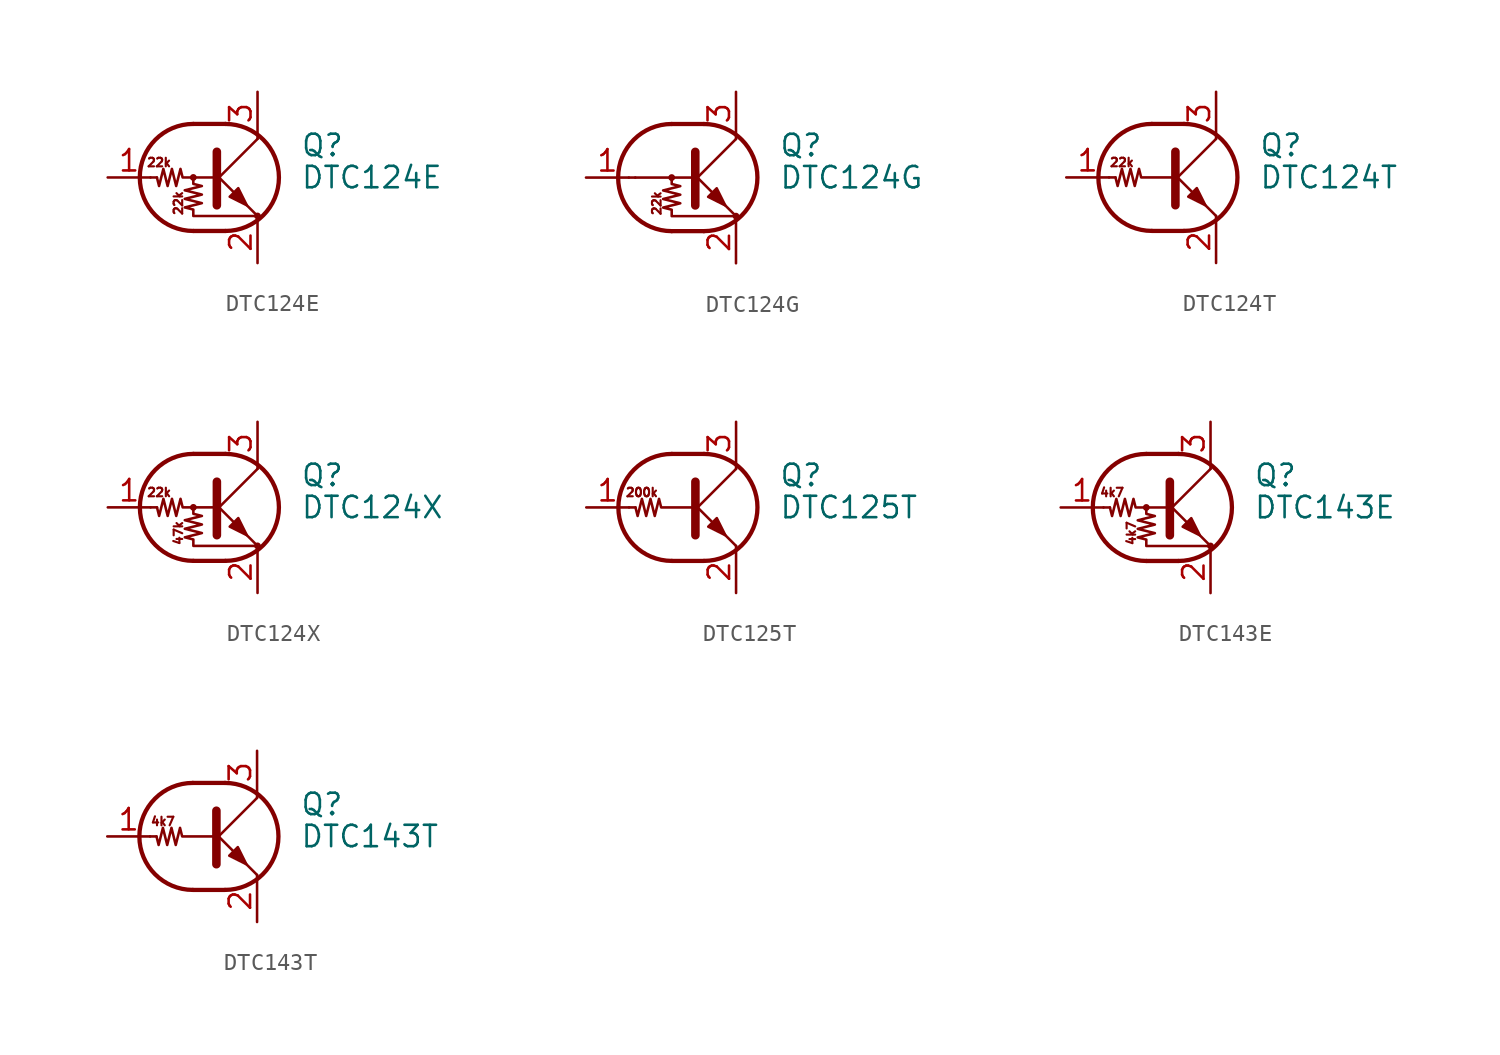
<source format=kicad_sym>
(kicad_symbol_lib
  (version 20220914)
  (generator kicad_symbol_editor)
  (symbol "DTC124E"
    (pin_names
      (offset 0) hide)
    (property "Reference" "Q"
      (at 5.08 1.905 0)
      (effects (font (size 1.27 1.27)) (justify left)))
    (property "Value" "DTC124E"
      (at 5.08 0 0)
      (effects (font (size 1.27 1.27)) (justify left)))
    (symbol "DTC124E_0_0"
      (text "22k" (at -3.302 0.889 0) (effects (font (size 0.508 0.508))))
      (text "22k" (at -2.159 -1.524 900) (effects (font (size 0.508 0.508)))))
    (symbol "DTC124E_0_1"
      (circle (center -1.27 0) (radius 0.127) (stroke (width 0) (type solid)) (fill (type none)))
      (arc (start -1.27 3.175) (mid -4.4312 0) (end -1.27 -3.175) (stroke (width 0.254) (type solid)) (fill (type none)))
      (polyline (pts (xy -3.429 0) (xy -3.81 0)) (stroke (width 0) (type solid)) (fill (type none)))
      (polyline (pts (xy -1.27 -3.175) (xy 0.635 -3.175)) (stroke (width 0.254) (type solid)) (fill (type none)))
      (polyline (pts (xy -1.27 3.175) (xy 0.635 3.175)) (stroke (width 0.254) (type solid)) (fill (type none)))
      (polyline (pts (xy 0 -0.254) (xy 2.54 2.286)) (stroke (width 0) (type solid)) (fill (type none)))
      (polyline (pts (xy 0.127 1.524) (xy 0.127 -1.651)) (stroke (width 0.508) (type solid)) (fill (type outline)))
      (polyline (pts (xy 2.54 2.286) (xy 2.54 2.54)) (stroke (width 0) (type solid)) (fill (type none)))
      (polyline (pts (xy 2.54 -2.286) (xy 0 0.254) (xy 0 0.254)) (stroke (width 0) (type solid)) (fill (type none)))
      (polyline (pts (xy 0.889 -1.143) (xy 1.397 -0.635) (xy 1.905 -1.651) (xy 0.889 -1.143)) (stroke (width 0) (type solid)) (fill (type outline)))
      (polyline (pts (xy 0 0) (xy -1.905 0) (xy -2.032 0.508) (xy -2.286 -0.508) (xy -2.54 0.508) (xy -2.794 -0.508) (xy -3.048 0.508) (xy -3.302 -0.508) (xy -3.429 0)) (stroke (width 0) (type solid)) (fill (type none)))
      (polyline (pts (xy -1.27 0) (xy -1.27 -0.381) (xy -0.762 -0.508) (xy -1.778 -0.762) (xy -0.762 -1.016) (xy -1.778 -1.27) (xy -0.762 -1.524) (xy -1.778 -1.778) (xy -1.27 -1.905) (xy -1.27 -2.286) (xy 2.54 -2.286)) (stroke (width 0) (type solid)) (fill (type none)))
      (arc (start 0.635 -3.175) (mid 3.7962 0) (end 0.635 3.175) (stroke (width 0.254) (type solid)) (fill (type none)))
      (circle (center 2.54 -2.286) (radius 0.127) (stroke (width 0) (type solid)) (fill (type none))))
    (symbol "DTC124E_1_1"
      (pin input line (at -6.35 0 0) (length 2.54) (name "B" (effects (font (size 1.27 1.27)))) (number "1" (effects (font (size 1.27 1.27)))))
      (pin passive line (at 2.54 -5.08 90) (length 2.54) (name "E" (effects (font (size 1.27 1.27)))) (number "2" (effects (font (size 1.27 1.27)))))
      (pin passive line (at 2.54 5.08 270) (length 2.54) (name "C" (effects (font (size 1.27 1.27)))) (number "3" (effects (font (size 1.27 1.27)))))))
  (symbol "DTC124G"
    (pin_names
      (offset 0) hide)
    (property "Reference" "Q"
      (at 5.08 1.905 0)
      (effects (font (size 1.27 1.27)) (justify left)))
    (property "Value" "DTC124G"
      (at 5.08 0 0)
      (effects (font (size 1.27 1.27)) (justify left)))
    (symbol "DTC124G_0_0"
      (polyline (pts (xy -3.429 0) (xy 0 0)) (stroke (width 0) (type solid)) (fill (type none)))
      (text "22k" (at -2.159 -1.524 900) (effects (font (size 0.508 0.508)))))
    (symbol "DTC124G_0_1"
      (circle (center -1.27 0) (radius 0.127) (stroke (width 0) (type solid)) (fill (type none)))
      (arc (start -1.27 3.175) (mid -4.4312 0) (end -1.27 -3.175) (stroke (width 0.254) (type solid)) (fill (type none)))
      (polyline (pts (xy -3.429 0) (xy -3.81 0)) (stroke (width 0) (type solid)) (fill (type none)))
      (polyline (pts (xy -1.27 -3.175) (xy 0.635 -3.175)) (stroke (width 0.254) (type solid)) (fill (type none)))
      (polyline (pts (xy -1.27 3.175) (xy 0.635 3.175)) (stroke (width 0.254) (type solid)) (fill (type none)))
      (polyline (pts (xy 0 -0.254) (xy 2.54 2.286)) (stroke (width 0) (type solid)) (fill (type none)))
      (polyline (pts (xy 0.127 1.524) (xy 0.127 -1.651)) (stroke (width 0.508) (type solid)) (fill (type outline)))
      (polyline (pts (xy 2.54 2.286) (xy 2.54 2.54)) (stroke (width 0) (type solid)) (fill (type none)))
      (polyline (pts (xy 2.54 -2.286) (xy 0 0.254) (xy 0 0.254)) (stroke (width 0) (type solid)) (fill (type none)))
      (polyline (pts (xy 0.889 -1.143) (xy 1.397 -0.635) (xy 1.905 -1.651) (xy 0.889 -1.143)) (stroke (width 0) (type solid)) (fill (type outline)))
      (polyline (pts (xy -1.27 0) (xy -1.27 -0.381) (xy -0.762 -0.508) (xy -1.778 -0.762) (xy -0.762 -1.016) (xy -1.778 -1.27) (xy -0.762 -1.524) (xy -1.778 -1.778) (xy -1.27 -1.905) (xy -1.27 -2.286) (xy 2.54 -2.286)) (stroke (width 0) (type solid)) (fill (type none)))
      (arc (start 0.635 -3.175) (mid 3.7962 0) (end 0.635 3.175) (stroke (width 0.254) (type solid)) (fill (type none)))
      (circle (center 2.54 -2.286) (radius 0.127) (stroke (width 0) (type solid)) (fill (type none))))
    (symbol "DTC124G_1_1"
      (pin input line (at -6.35 0 0) (length 2.54) (name "B" (effects (font (size 1.27 1.27)))) (number "1" (effects (font (size 1.27 1.27)))))
      (pin passive line (at 2.54 -5.08 90) (length 2.54) (name "E" (effects (font (size 1.27 1.27)))) (number "2" (effects (font (size 1.27 1.27)))))
      (pin passive line (at 2.54 5.08 270) (length 2.54) (name "C" (effects (font (size 1.27 1.27)))) (number "3" (effects (font (size 1.27 1.27)))))))
  (symbol "DTC124T"
    (pin_names
      (offset 0) hide)
    (property "Reference" "Q"
      (at 5.08 1.905 0)
      (effects (font (size 1.27 1.27)) (justify left)))
    (property "Value" "DTC124T"
      (at 5.08 0 0)
      (effects (font (size 1.27 1.27)) (justify left)))
    (symbol "DTC124T_0_0"
      (polyline (pts (xy 2.54 -2.286) (xy 2.54 -2.54)) (stroke (width 0) (type solid)) (fill (type none)))
      (text "22k" (at -3.048 0.889 0) (effects (font (size 0.508 0.508)))))
    (symbol "DTC124T_0_1"
      (arc (start -1.27 3.175) (mid -4.4312 0) (end -1.27 -3.175) (stroke (width 0.254) (type solid)) (fill (type none)))
      (polyline (pts (xy -3.429 0) (xy -3.81 0)) (stroke (width 0) (type solid)) (fill (type none)))
      (polyline (pts (xy -1.27 -3.175) (xy 0.635 -3.175)) (stroke (width 0.254) (type solid)) (fill (type none)))
      (polyline (pts (xy -1.27 3.175) (xy 0.635 3.175)) (stroke (width 0.254) (type solid)) (fill (type none)))
      (polyline (pts (xy 0 -0.254) (xy 2.54 2.286)) (stroke (width 0) (type solid)) (fill (type none)))
      (polyline (pts (xy 0.127 1.524) (xy 0.127 -1.651)) (stroke (width 0.508) (type solid)) (fill (type outline)))
      (polyline (pts (xy 2.54 2.286) (xy 2.54 2.54)) (stroke (width 0) (type solid)) (fill (type none)))
      (polyline (pts (xy 2.54 -2.286) (xy 0 0.254) (xy 0 0.254)) (stroke (width 0) (type solid)) (fill (type none)))
      (polyline (pts (xy 0.889 -1.143) (xy 1.397 -0.635) (xy 1.905 -1.651) (xy 0.889 -1.143)) (stroke (width 0) (type solid)) (fill (type outline)))
      (polyline (pts (xy 0 0) (xy -1.905 0) (xy -2.032 0.508) (xy -2.286 -0.508) (xy -2.54 0.508) (xy -2.794 -0.508) (xy -3.048 0.508) (xy -3.302 -0.508) (xy -3.429 0)) (stroke (width 0) (type solid)) (fill (type none)))
      (arc (start 0.635 -3.175) (mid 3.7962 0) (end 0.635 3.175) (stroke (width 0.254) (type solid)) (fill (type none))))
    (symbol "DTC124T_1_1"
      (pin input line (at -6.35 0 0) (length 2.54) (name "B" (effects (font (size 1.27 1.27)))) (number "1" (effects (font (size 1.27 1.27)))))
      (pin passive line (at 2.54 -5.08 90) (length 2.54) (name "E" (effects (font (size 1.27 1.27)))) (number "2" (effects (font (size 1.27 1.27)))))
      (pin passive line (at 2.54 5.08 270) (length 2.54) (name "C" (effects (font (size 1.27 1.27)))) (number "3" (effects (font (size 1.27 1.27)))))))
  (symbol "DTC124X"
    (pin_names
      (offset 0) hide)
    (property "Reference" "Q"
      (at 5.08 1.905 0)
      (effects (font (size 1.27 1.27)) (justify left)))
    (property "Value" "DTC124X"
      (at 5.08 0 0)
      (effects (font (size 1.27 1.27)) (justify left)))
    (symbol "DTC124X_0_0"
      (text "22k" (at -3.302 0.889 0) (effects (font (size 0.508 0.508))))
      (text "47k" (at -2.159 -1.524 900) (effects (font (size 0.508 0.508)))))
    (symbol "DTC124X_0_1"
      (circle (center -1.27 0) (radius 0.127) (stroke (width 0) (type solid)) (fill (type none)))
      (arc (start -1.27 3.175) (mid -4.4312 0) (end -1.27 -3.175) (stroke (width 0.254) (type solid)) (fill (type none)))
      (polyline (pts (xy -3.429 0) (xy -3.81 0)) (stroke (width 0) (type solid)) (fill (type none)))
      (polyline (pts (xy -1.27 -3.175) (xy 0.635 -3.175)) (stroke (width 0.254) (type solid)) (fill (type none)))
      (polyline (pts (xy -1.27 3.175) (xy 0.635 3.175)) (stroke (width 0.254) (type solid)) (fill (type none)))
      (polyline (pts (xy 0 -0.254) (xy 2.54 2.286)) (stroke (width 0) (type solid)) (fill (type none)))
      (polyline (pts (xy 0.127 1.524) (xy 0.127 -1.651)) (stroke (width 0.508) (type solid)) (fill (type outline)))
      (polyline (pts (xy 2.54 2.286) (xy 2.54 2.54)) (stroke (width 0) (type solid)) (fill (type none)))
      (polyline (pts (xy 2.54 -2.286) (xy 0 0.254) (xy 0 0.254)) (stroke (width 0) (type solid)) (fill (type none)))
      (polyline (pts (xy 0.889 -1.143) (xy 1.397 -0.635) (xy 1.905 -1.651) (xy 0.889 -1.143)) (stroke (width 0) (type solid)) (fill (type outline)))
      (polyline (pts (xy 0 0) (xy -1.905 0) (xy -2.032 0.508) (xy -2.286 -0.508) (xy -2.54 0.508) (xy -2.794 -0.508) (xy -3.048 0.508) (xy -3.302 -0.508) (xy -3.429 0)) (stroke (width 0) (type solid)) (fill (type none)))
      (polyline (pts (xy -1.27 0) (xy -1.27 -0.381) (xy -0.762 -0.508) (xy -1.778 -0.762) (xy -0.762 -1.016) (xy -1.778 -1.27) (xy -0.762 -1.524) (xy -1.778 -1.778) (xy -1.27 -1.905) (xy -1.27 -2.286) (xy 2.54 -2.286)) (stroke (width 0) (type solid)) (fill (type none)))
      (arc (start 0.635 -3.175) (mid 3.7962 0) (end 0.635 3.175) (stroke (width 0.254) (type solid)) (fill (type none)))
      (circle (center 2.54 -2.286) (radius 0.127) (stroke (width 0) (type solid)) (fill (type none))))
    (symbol "DTC124X_1_1"
      (pin input line (at -6.35 0 0) (length 2.54) (name "B" (effects (font (size 1.27 1.27)))) (number "1" (effects (font (size 1.27 1.27)))))
      (pin passive line (at 2.54 -5.08 90) (length 2.54) (name "E" (effects (font (size 1.27 1.27)))) (number "2" (effects (font (size 1.27 1.27)))))
      (pin passive line (at 2.54 5.08 270) (length 2.54) (name "C" (effects (font (size 1.27 1.27)))) (number "3" (effects (font (size 1.27 1.27)))))))
  (symbol "DTC125T"
    (pin_names
      (offset 0) hide)
    (property "Reference" "Q"
      (at 5.08 1.905 0)
      (effects (font (size 1.27 1.27)) (justify left)))
    (property "Value" "DTC125T"
      (at 5.08 0 0)
      (effects (font (size 1.27 1.27)) (justify left)))
    (symbol "DTC125T_0_0"
      (polyline (pts (xy 2.54 -2.286) (xy 2.54 -2.54)) (stroke (width 0) (type solid)) (fill (type none)))
      (text "200k" (at -3.048 0.889 0) (effects (font (size 0.508 0.508)))))
    (symbol "DTC125T_0_1"
      (arc (start -1.27 3.175) (mid -4.4312 0) (end -1.27 -3.175) (stroke (width 0.254) (type solid)) (fill (type none)))
      (polyline (pts (xy -3.429 0) (xy -3.81 0)) (stroke (width 0) (type solid)) (fill (type none)))
      (polyline (pts (xy -1.27 -3.175) (xy 0.635 -3.175)) (stroke (width 0.254) (type solid)) (fill (type none)))
      (polyline (pts (xy -1.27 3.175) (xy 0.635 3.175)) (stroke (width 0.254) (type solid)) (fill (type none)))
      (polyline (pts (xy 0 -0.254) (xy 2.54 2.286)) (stroke (width 0) (type solid)) (fill (type none)))
      (polyline (pts (xy 0.127 1.524) (xy 0.127 -1.651)) (stroke (width 0.508) (type solid)) (fill (type outline)))
      (polyline (pts (xy 2.54 2.286) (xy 2.54 2.54)) (stroke (width 0) (type solid)) (fill (type none)))
      (polyline (pts (xy 2.54 -2.286) (xy 0 0.254) (xy 0 0.254)) (stroke (width 0) (type solid)) (fill (type none)))
      (polyline (pts (xy 0.889 -1.143) (xy 1.397 -0.635) (xy 1.905 -1.651) (xy 0.889 -1.143)) (stroke (width 0) (type solid)) (fill (type outline)))
      (polyline (pts (xy 0 0) (xy -1.905 0) (xy -2.032 0.508) (xy -2.286 -0.508) (xy -2.54 0.508) (xy -2.794 -0.508) (xy -3.048 0.508) (xy -3.302 -0.508) (xy -3.429 0)) (stroke (width 0) (type solid)) (fill (type none)))
      (arc (start 0.635 -3.175) (mid 3.7962 0) (end 0.635 3.175) (stroke (width 0.254) (type solid)) (fill (type none))))
    (symbol "DTC125T_1_1"
      (pin input line (at -6.35 0 0) (length 2.54) (name "B" (effects (font (size 1.27 1.27)))) (number "1" (effects (font (size 1.27 1.27)))))
      (pin passive line (at 2.54 -5.08 90) (length 2.54) (name "E" (effects (font (size 1.27 1.27)))) (number "2" (effects (font (size 1.27 1.27)))))
      (pin passive line (at 2.54 5.08 270) (length 2.54) (name "C" (effects (font (size 1.27 1.27)))) (number "3" (effects (font (size 1.27 1.27)))))))
  (symbol "DTC143E"
    (pin_names
      (offset 0) hide)
    (property "Reference" "Q"
      (at 5.08 1.905 0)
      (effects (font (size 1.27 1.27)) (justify left)))
    (property "Value" "DTC143E"
      (at 5.08 0 0)
      (effects (font (size 1.27 1.27)) (justify left)))
    (symbol "DTC143E_0_0"
      (text "4k7" (at -3.302 0.889 0) (effects (font (size 0.508 0.508))))
      (text "4k7" (at -2.159 -1.524 900) (effects (font (size 0.508 0.508)))))
    (symbol "DTC143E_0_1"
      (circle (center -1.27 0) (radius 0.127) (stroke (width 0) (type solid)) (fill (type none)))
      (arc (start -1.27 3.175) (mid -4.4312 0) (end -1.27 -3.175) (stroke (width 0.254) (type solid)) (fill (type none)))
      (polyline (pts (xy -3.429 0) (xy -3.81 0)) (stroke (width 0) (type solid)) (fill (type none)))
      (polyline (pts (xy -1.27 -3.175) (xy 0.635 -3.175)) (stroke (width 0.254) (type solid)) (fill (type none)))
      (polyline (pts (xy -1.27 3.175) (xy 0.635 3.175)) (stroke (width 0.254) (type solid)) (fill (type none)))
      (polyline (pts (xy 0 -0.254) (xy 2.54 2.286)) (stroke (width 0) (type solid)) (fill (type none)))
      (polyline (pts (xy 0.127 1.524) (xy 0.127 -1.651)) (stroke (width 0.508) (type solid)) (fill (type outline)))
      (polyline (pts (xy 2.54 2.286) (xy 2.54 2.54)) (stroke (width 0) (type solid)) (fill (type none)))
      (polyline (pts (xy 2.54 -2.286) (xy 0 0.254) (xy 0 0.254)) (stroke (width 0) (type solid)) (fill (type none)))
      (polyline (pts (xy 0.889 -1.143) (xy 1.397 -0.635) (xy 1.905 -1.651) (xy 0.889 -1.143)) (stroke (width 0) (type solid)) (fill (type outline)))
      (polyline (pts (xy 0 0) (xy -1.905 0) (xy -2.032 0.508) (xy -2.286 -0.508) (xy -2.54 0.508) (xy -2.794 -0.508) (xy -3.048 0.508) (xy -3.302 -0.508) (xy -3.429 0)) (stroke (width 0) (type solid)) (fill (type none)))
      (polyline (pts (xy -1.27 0) (xy -1.27 -0.381) (xy -0.762 -0.508) (xy -1.778 -0.762) (xy -0.762 -1.016) (xy -1.778 -1.27) (xy -0.762 -1.524) (xy -1.778 -1.778) (xy -1.27 -1.905) (xy -1.27 -2.286) (xy 2.54 -2.286)) (stroke (width 0) (type solid)) (fill (type none)))
      (arc (start 0.635 -3.175) (mid 3.7962 0) (end 0.635 3.175) (stroke (width 0.254) (type solid)) (fill (type none)))
      (circle (center 2.54 -2.286) (radius 0.127) (stroke (width 0) (type solid)) (fill (type none))))
    (symbol "DTC143E_1_1"
      (pin input line (at -6.35 0 0) (length 2.54) (name "B" (effects (font (size 1.27 1.27)))) (number "1" (effects (font (size 1.27 1.27)))))
      (pin passive line (at 2.54 -5.08 90) (length 2.54) (name "E" (effects (font (size 1.27 1.27)))) (number "2" (effects (font (size 1.27 1.27)))))
      (pin passive line (at 2.54 5.08 270) (length 2.54) (name "C" (effects (font (size 1.27 1.27)))) (number "3" (effects (font (size 1.27 1.27)))))))
  (symbol "DTC143T"
    (pin_names
      (offset 0) hide)
    (property "Reference" "Q"
      (at 5.08 1.905 0)
      (effects (font (size 1.27 1.27)) (justify left)))
    (property "Value" "DTC143T"
      (at 5.08 0 0)
      (effects (font (size 1.27 1.27)) (justify left)))
    (symbol "DTC143T_0_0"
      (polyline (pts (xy 2.54 -2.286) (xy 2.54 -2.54)) (stroke (width 0) (type solid)) (fill (type none)))
      (text "4k7" (at -3.048 0.889 0) (effects (font (size 0.508 0.508)))))
    (symbol "DTC143T_0_1"
      (arc (start -1.27 3.175) (mid -4.4312 0) (end -1.27 -3.175) (stroke (width 0.254) (type solid)) (fill (type none)))
      (polyline (pts (xy -3.429 0) (xy -3.81 0)) (stroke (width 0) (type solid)) (fill (type none)))
      (polyline (pts (xy -1.27 -3.175) (xy 0.635 -3.175)) (stroke (width 0.254) (type solid)) (fill (type none)))
      (polyline (pts (xy -1.27 3.175) (xy 0.635 3.175)) (stroke (width 0.254) (type solid)) (fill (type none)))
      (polyline (pts (xy 0 -0.254) (xy 2.54 2.286)) (stroke (width 0) (type solid)) (fill (type none)))
      (polyline (pts (xy 0.127 1.524) (xy 0.127 -1.651)) (stroke (width 0.508) (type solid)) (fill (type outline)))
      (polyline (pts (xy 2.54 2.286) (xy 2.54 2.54)) (stroke (width 0) (type solid)) (fill (type none)))
      (polyline (pts (xy 2.54 -2.286) (xy 0 0.254) (xy 0 0.254)) (stroke (width 0) (type solid)) (fill (type none)))
      (polyline (pts (xy 0.889 -1.143) (xy 1.397 -0.635) (xy 1.905 -1.651) (xy 0.889 -1.143)) (stroke (width 0) (type solid)) (fill (type outline)))
      (polyline (pts (xy 0 0) (xy -1.905 0) (xy -2.032 0.508) (xy -2.286 -0.508) (xy -2.54 0.508) (xy -2.794 -0.508) (xy -3.048 0.508) (xy -3.302 -0.508) (xy -3.429 0)) (stroke (width 0) (type solid)) (fill (type none)))
      (arc (start 0.635 -3.175) (mid 3.7962 0) (end 0.635 3.175) (stroke (width 0.254) (type solid)) (fill (type none))))
    (symbol "DTC143T_1_1"
      (pin input line (at -6.35 0 0) (length 2.54) (name "B" (effects (font (size 1.27 1.27)))) (number "1" (effects (font (size 1.27 1.27)))))
      (pin passive line (at 2.54 -5.08 90) (length 2.54) (name "E" (effects (font (size 1.27 1.27)))) (number "2" (effects (font (size 1.27 1.27)))))
      (pin passive line (at 2.54 5.08 270) (length 2.54) (name "C" (effects (font (size 1.27 1.27)))) (number "3" (effects (font (size 1.27 1.27))))))))
</source>
